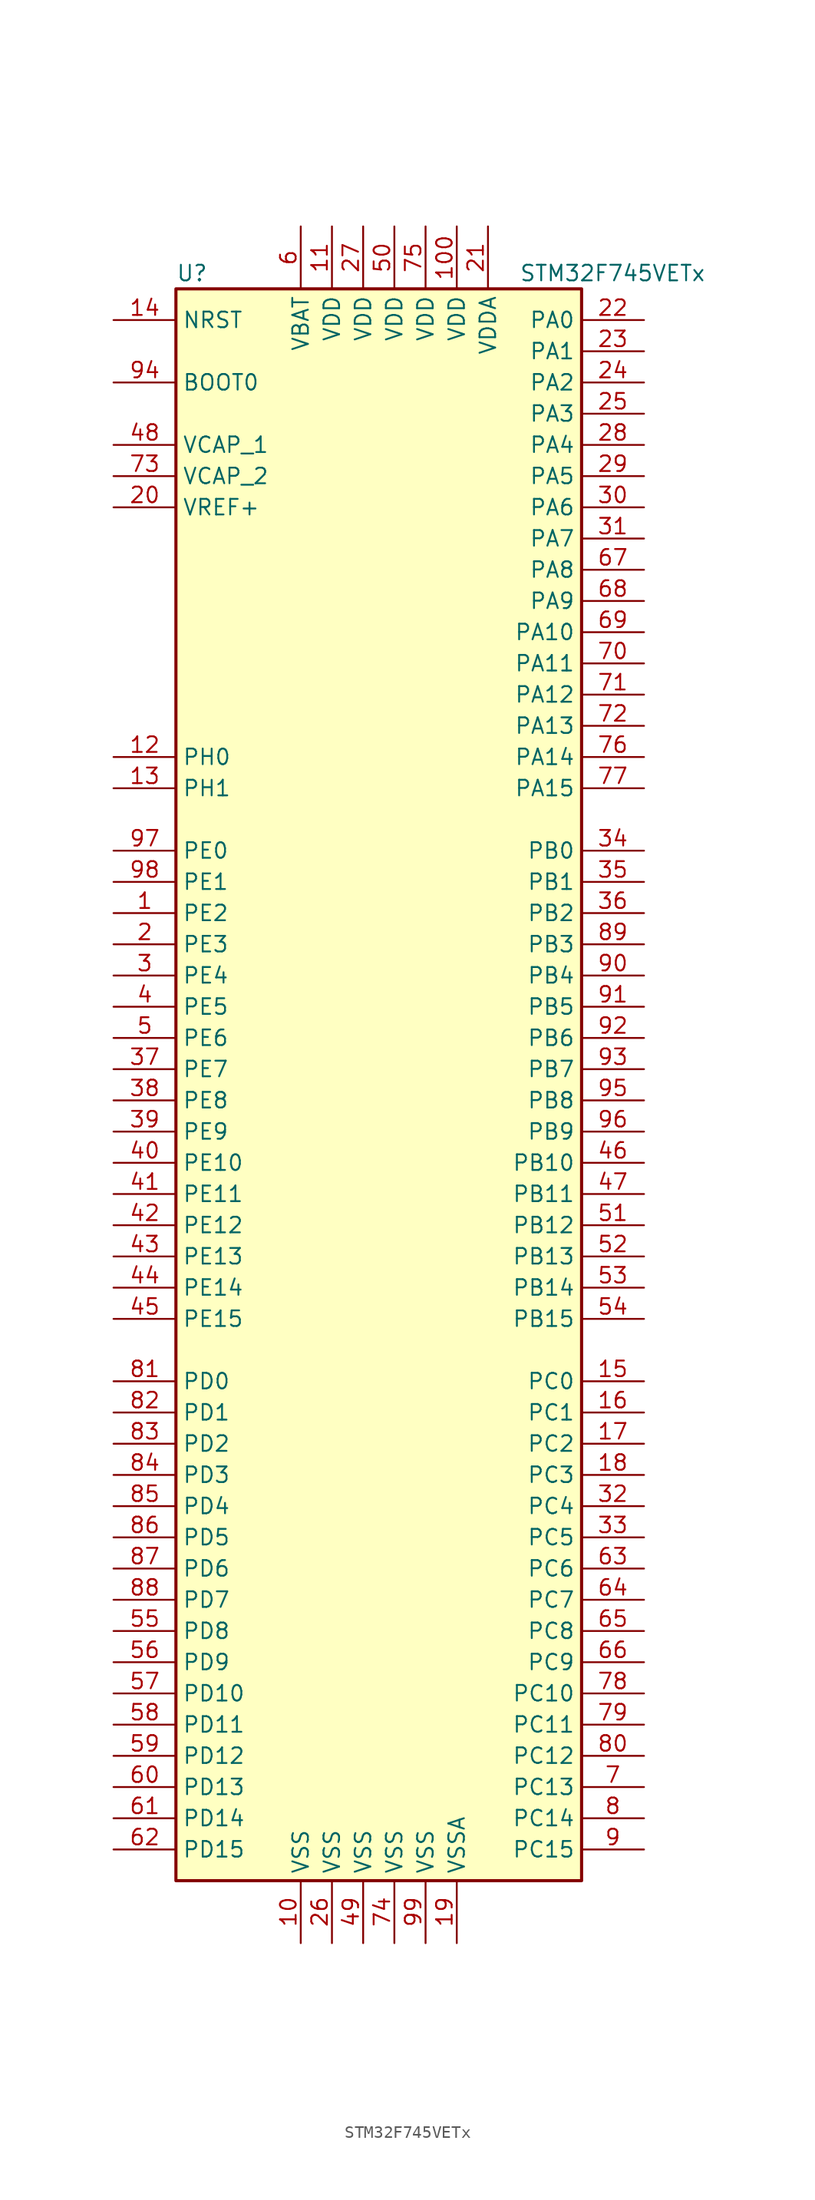
<source format=kicad_sym>
(kicad_symbol_lib
  (version 20201005)
  (generator kicad_symbol_editor)
  (symbol "MCU_ST_STM32F7:STM32F745VETx"
    (property "Reference" "U"
      (at -17.78 64.77 0)
      (effects (font (size 1.27 1.27)) (justify left)))
    (property "Value" "STM32F745VETx"
      (at 10.16 64.77 0)
      (effects (font (size 1.27 1.27)) (justify left)))
    (symbol "STM32F745VETx_0_1"
      (rectangle (start -17.78 -66.04) (end 15.24 63.5) (stroke (width 0.254)) (fill (type background))))
    (symbol "STM32F745VETx_1_1"
      (pin input line (at -22.86 55.88 0) (length 5.08) (name "BOOT0" (effects (font (size 1.27 1.27)))) (number "94" (effects (font (size 1.27 1.27)))))
      (pin input line (at -22.86 60.96 0) (length 5.08) (name "NRST" (effects (font (size 1.27 1.27)))) (number "14" (effects (font (size 1.27 1.27)))))
      (pin bidirectional line (at 20.32 60.96 180) (length 5.08) (name "PA0" (effects (font (size 1.27 1.27)))) (number "22" (effects (font (size 1.27 1.27)))))
      (pin bidirectional line (at 20.32 58.42 180) (length 5.08) (name "PA1" (effects (font (size 1.27 1.27)))) (number "23" (effects (font (size 1.27 1.27)))))
      (pin bidirectional line (at 20.32 35.56 180) (length 5.08) (name "PA10" (effects (font (size 1.27 1.27)))) (number "69" (effects (font (size 1.27 1.27)))))
      (pin bidirectional line (at 20.32 33.02 180) (length 5.08) (name "PA11" (effects (font (size 1.27 1.27)))) (number "70" (effects (font (size 1.27 1.27)))))
      (pin bidirectional line (at 20.32 30.48 180) (length 5.08) (name "PA12" (effects (font (size 1.27 1.27)))) (number "71" (effects (font (size 1.27 1.27)))))
      (pin bidirectional line (at 20.32 27.94 180) (length 5.08) (name "PA13" (effects (font (size 1.27 1.27)))) (number "72" (effects (font (size 1.27 1.27)))))
      (pin bidirectional line (at 20.32 25.4 180) (length 5.08) (name "PA14" (effects (font (size 1.27 1.27)))) (number "76" (effects (font (size 1.27 1.27)))))
      (pin bidirectional line (at 20.32 22.86 180) (length 5.08) (name "PA15" (effects (font (size 1.27 1.27)))) (number "77" (effects (font (size 1.27 1.27)))))
      (pin bidirectional line (at 20.32 55.88 180) (length 5.08) (name "PA2" (effects (font (size 1.27 1.27)))) (number "24" (effects (font (size 1.27 1.27)))))
      (pin bidirectional line (at 20.32 53.34 180) (length 5.08) (name "PA3" (effects (font (size 1.27 1.27)))) (number "25" (effects (font (size 1.27 1.27)))))
      (pin bidirectional line (at 20.32 50.8 180) (length 5.08) (name "PA4" (effects (font (size 1.27 1.27)))) (number "28" (effects (font (size 1.27 1.27)))))
      (pin bidirectional line (at 20.32 48.26 180) (length 5.08) (name "PA5" (effects (font (size 1.27 1.27)))) (number "29" (effects (font (size 1.27 1.27)))))
      (pin bidirectional line (at 20.32 45.72 180) (length 5.08) (name "PA6" (effects (font (size 1.27 1.27)))) (number "30" (effects (font (size 1.27 1.27)))))
      (pin bidirectional line (at 20.32 43.18 180) (length 5.08) (name "PA7" (effects (font (size 1.27 1.27)))) (number "31" (effects (font (size 1.27 1.27)))))
      (pin bidirectional line (at 20.32 40.64 180) (length 5.08) (name "PA8" (effects (font (size 1.27 1.27)))) (number "67" (effects (font (size 1.27 1.27)))))
      (pin bidirectional line (at 20.32 38.1 180) (length 5.08) (name "PA9" (effects (font (size 1.27 1.27)))) (number "68" (effects (font (size 1.27 1.27)))))
      (pin bidirectional line (at 20.32 17.78 180) (length 5.08) (name "PB0" (effects (font (size 1.27 1.27)))) (number "34" (effects (font (size 1.27 1.27)))))
      (pin bidirectional line (at 20.32 15.24 180) (length 5.08) (name "PB1" (effects (font (size 1.27 1.27)))) (number "35" (effects (font (size 1.27 1.27)))))
      (pin bidirectional line (at 20.32 -7.62 180) (length 5.08) (name "PB10" (effects (font (size 1.27 1.27)))) (number "46" (effects (font (size 1.27 1.27)))))
      (pin bidirectional line (at 20.32 -10.16 180) (length 5.08) (name "PB11" (effects (font (size 1.27 1.27)))) (number "47" (effects (font (size 1.27 1.27)))))
      (pin bidirectional line (at 20.32 -12.7 180) (length 5.08) (name "PB12" (effects (font (size 1.27 1.27)))) (number "51" (effects (font (size 1.27 1.27)))))
      (pin bidirectional line (at 20.32 -15.24 180) (length 5.08) (name "PB13" (effects (font (size 1.27 1.27)))) (number "52" (effects (font (size 1.27 1.27)))))
      (pin bidirectional line (at 20.32 -17.78 180) (length 5.08) (name "PB14" (effects (font (size 1.27 1.27)))) (number "53" (effects (font (size 1.27 1.27)))))
      (pin bidirectional line (at 20.32 -20.32 180) (length 5.08) (name "PB15" (effects (font (size 1.27 1.27)))) (number "54" (effects (font (size 1.27 1.27)))))
      (pin bidirectional line (at 20.32 12.7 180) (length 5.08) (name "PB2" (effects (font (size 1.27 1.27)))) (number "36" (effects (font (size 1.27 1.27)))))
      (pin bidirectional line (at 20.32 10.16 180) (length 5.08) (name "PB3" (effects (font (size 1.27 1.27)))) (number "89" (effects (font (size 1.27 1.27)))))
      (pin bidirectional line (at 20.32 7.62 180) (length 5.08) (name "PB4" (effects (font (size 1.27 1.27)))) (number "90" (effects (font (size 1.27 1.27)))))
      (pin bidirectional line (at 20.32 5.08 180) (length 5.08) (name "PB5" (effects (font (size 1.27 1.27)))) (number "91" (effects (font (size 1.27 1.27)))))
      (pin bidirectional line (at 20.32 2.54 180) (length 5.08) (name "PB6" (effects (font (size 1.27 1.27)))) (number "92" (effects (font (size 1.27 1.27)))))
      (pin bidirectional line (at 20.32 0 180) (length 5.08) (name "PB7" (effects (font (size 1.27 1.27)))) (number "93" (effects (font (size 1.27 1.27)))))
      (pin bidirectional line (at 20.32 -2.54 180) (length 5.08) (name "PB8" (effects (font (size 1.27 1.27)))) (number "95" (effects (font (size 1.27 1.27)))))
      (pin bidirectional line (at 20.32 -5.08 180) (length 5.08) (name "PB9" (effects (font (size 1.27 1.27)))) (number "96" (effects (font (size 1.27 1.27)))))
      (pin bidirectional line (at 20.32 -25.4 180) (length 5.08) (name "PC0" (effects (font (size 1.27 1.27)))) (number "15" (effects (font (size 1.27 1.27)))))
      (pin bidirectional line (at 20.32 -27.94 180) (length 5.08) (name "PC1" (effects (font (size 1.27 1.27)))) (number "16" (effects (font (size 1.27 1.27)))))
      (pin bidirectional line (at 20.32 -50.8 180) (length 5.08) (name "PC10" (effects (font (size 1.27 1.27)))) (number "78" (effects (font (size 1.27 1.27)))))
      (pin bidirectional line (at 20.32 -53.34 180) (length 5.08) (name "PC11" (effects (font (size 1.27 1.27)))) (number "79" (effects (font (size 1.27 1.27)))))
      (pin bidirectional line (at 20.32 -55.88 180) (length 5.08) (name "PC12" (effects (font (size 1.27 1.27)))) (number "80" (effects (font (size 1.27 1.27)))))
      (pin bidirectional line (at 20.32 -58.42 180) (length 5.08) (name "PC13" (effects (font (size 1.27 1.27)))) (number "7" (effects (font (size 1.27 1.27)))))
      (pin bidirectional line (at 20.32 -60.96 180) (length 5.08) (name "PC14" (effects (font (size 1.27 1.27)))) (number "8" (effects (font (size 1.27 1.27)))))
      (pin bidirectional line (at 20.32 -63.5 180) (length 5.08) (name "PC15" (effects (font (size 1.27 1.27)))) (number "9" (effects (font (size 1.27 1.27)))))
      (pin bidirectional line (at 20.32 -30.48 180) (length 5.08) (name "PC2" (effects (font (size 1.27 1.27)))) (number "17" (effects (font (size 1.27 1.27)))))
      (pin bidirectional line (at 20.32 -33.02 180) (length 5.08) (name "PC3" (effects (font (size 1.27 1.27)))) (number "18" (effects (font (size 1.27 1.27)))))
      (pin bidirectional line (at 20.32 -35.56 180) (length 5.08) (name "PC4" (effects (font (size 1.27 1.27)))) (number "32" (effects (font (size 1.27 1.27)))))
      (pin bidirectional line (at 20.32 -38.1 180) (length 5.08) (name "PC5" (effects (font (size 1.27 1.27)))) (number "33" (effects (font (size 1.27 1.27)))))
      (pin bidirectional line (at 20.32 -40.64 180) (length 5.08) (name "PC6" (effects (font (size 1.27 1.27)))) (number "63" (effects (font (size 1.27 1.27)))))
      (pin bidirectional line (at 20.32 -43.18 180) (length 5.08) (name "PC7" (effects (font (size 1.27 1.27)))) (number "64" (effects (font (size 1.27 1.27)))))
      (pin bidirectional line (at 20.32 -45.72 180) (length 5.08) (name "PC8" (effects (font (size 1.27 1.27)))) (number "65" (effects (font (size 1.27 1.27)))))
      (pin bidirectional line (at 20.32 -48.26 180) (length 5.08) (name "PC9" (effects (font (size 1.27 1.27)))) (number "66" (effects (font (size 1.27 1.27)))))
      (pin bidirectional line (at -22.86 -25.4 0) (length 5.08) (name "PD0" (effects (font (size 1.27 1.27)))) (number "81" (effects (font (size 1.27 1.27)))))
      (pin bidirectional line (at -22.86 -27.94 0) (length 5.08) (name "PD1" (effects (font (size 1.27 1.27)))) (number "82" (effects (font (size 1.27 1.27)))))
      (pin bidirectional line (at -22.86 -50.8 0) (length 5.08) (name "PD10" (effects (font (size 1.27 1.27)))) (number "57" (effects (font (size 1.27 1.27)))))
      (pin bidirectional line (at -22.86 -53.34 0) (length 5.08) (name "PD11" (effects (font (size 1.27 1.27)))) (number "58" (effects (font (size 1.27 1.27)))))
      (pin bidirectional line (at -22.86 -55.88 0) (length 5.08) (name "PD12" (effects (font (size 1.27 1.27)))) (number "59" (effects (font (size 1.27 1.27)))))
      (pin bidirectional line (at -22.86 -58.42 0) (length 5.08) (name "PD13" (effects (font (size 1.27 1.27)))) (number "60" (effects (font (size 1.27 1.27)))))
      (pin bidirectional line (at -22.86 -60.96 0) (length 5.08) (name "PD14" (effects (font (size 1.27 1.27)))) (number "61" (effects (font (size 1.27 1.27)))))
      (pin bidirectional line (at -22.86 -63.5 0) (length 5.08) (name "PD15" (effects (font (size 1.27 1.27)))) (number "62" (effects (font (size 1.27 1.27)))))
      (pin bidirectional line (at -22.86 -30.48 0) (length 5.08) (name "PD2" (effects (font (size 1.27 1.27)))) (number "83" (effects (font (size 1.27 1.27)))))
      (pin bidirectional line (at -22.86 -33.02 0) (length 5.08) (name "PD3" (effects (font (size 1.27 1.27)))) (number "84" (effects (font (size 1.27 1.27)))))
      (pin bidirectional line (at -22.86 -35.56 0) (length 5.08) (name "PD4" (effects (font (size 1.27 1.27)))) (number "85" (effects (font (size 1.27 1.27)))))
      (pin bidirectional line (at -22.86 -38.1 0) (length 5.08) (name "PD5" (effects (font (size 1.27 1.27)))) (number "86" (effects (font (size 1.27 1.27)))))
      (pin bidirectional line (at -22.86 -40.64 0) (length 5.08) (name "PD6" (effects (font (size 1.27 1.27)))) (number "87" (effects (font (size 1.27 1.27)))))
      (pin bidirectional line (at -22.86 -43.18 0) (length 5.08) (name "PD7" (effects (font (size 1.27 1.27)))) (number "88" (effects (font (size 1.27 1.27)))))
      (pin bidirectional line (at -22.86 -45.72 0) (length 5.08) (name "PD8" (effects (font (size 1.27 1.27)))) (number "55" (effects (font (size 1.27 1.27)))))
      (pin bidirectional line (at -22.86 -48.26 0) (length 5.08) (name "PD9" (effects (font (size 1.27 1.27)))) (number "56" (effects (font (size 1.27 1.27)))))
      (pin bidirectional line (at -22.86 17.78 0) (length 5.08) (name "PE0" (effects (font (size 1.27 1.27)))) (number "97" (effects (font (size 1.27 1.27)))))
      (pin bidirectional line (at -22.86 15.24 0) (length 5.08) (name "PE1" (effects (font (size 1.27 1.27)))) (number "98" (effects (font (size 1.27 1.27)))))
      (pin bidirectional line (at -22.86 -7.62 0) (length 5.08) (name "PE10" (effects (font (size 1.27 1.27)))) (number "40" (effects (font (size 1.27 1.27)))))
      (pin bidirectional line (at -22.86 -10.16 0) (length 5.08) (name "PE11" (effects (font (size 1.27 1.27)))) (number "41" (effects (font (size 1.27 1.27)))))
      (pin bidirectional line (at -22.86 -12.7 0) (length 5.08) (name "PE12" (effects (font (size 1.27 1.27)))) (number "42" (effects (font (size 1.27 1.27)))))
      (pin bidirectional line (at -22.86 -15.24 0) (length 5.08) (name "PE13" (effects (font (size 1.27 1.27)))) (number "43" (effects (font (size 1.27 1.27)))))
      (pin bidirectional line (at -22.86 -17.78 0) (length 5.08) (name "PE14" (effects (font (size 1.27 1.27)))) (number "44" (effects (font (size 1.27 1.27)))))
      (pin bidirectional line (at -22.86 -20.32 0) (length 5.08) (name "PE15" (effects (font (size 1.27 1.27)))) (number "45" (effects (font (size 1.27 1.27)))))
      (pin bidirectional line (at -22.86 12.7 0) (length 5.08) (name "PE2" (effects (font (size 1.27 1.27)))) (number "1" (effects (font (size 1.27 1.27)))))
      (pin bidirectional line (at -22.86 10.16 0) (length 5.08) (name "PE3" (effects (font (size 1.27 1.27)))) (number "2" (effects (font (size 1.27 1.27)))))
      (pin bidirectional line (at -22.86 7.62 0) (length 5.08) (name "PE4" (effects (font (size 1.27 1.27)))) (number "3" (effects (font (size 1.27 1.27)))))
      (pin bidirectional line (at -22.86 5.08 0) (length 5.08) (name "PE5" (effects (font (size 1.27 1.27)))) (number "4" (effects (font (size 1.27 1.27)))))
      (pin bidirectional line (at -22.86 2.54 0) (length 5.08) (name "PE6" (effects (font (size 1.27 1.27)))) (number "5" (effects (font (size 1.27 1.27)))))
      (pin bidirectional line (at -22.86 0 0) (length 5.08) (name "PE7" (effects (font (size 1.27 1.27)))) (number "37" (effects (font (size 1.27 1.27)))))
      (pin bidirectional line (at -22.86 -2.54 0) (length 5.08) (name "PE8" (effects (font (size 1.27 1.27)))) (number "38" (effects (font (size 1.27 1.27)))))
      (pin bidirectional line (at -22.86 -5.08 0) (length 5.08) (name "PE9" (effects (font (size 1.27 1.27)))) (number "39" (effects (font (size 1.27 1.27)))))
      (pin input line (at -22.86 25.4 0) (length 5.08) (name "PH0" (effects (font (size 1.27 1.27)))) (number "12" (effects (font (size 1.27 1.27)))))
      (pin input line (at -22.86 22.86 0) (length 5.08) (name "PH1" (effects (font (size 1.27 1.27)))) (number "13" (effects (font (size 1.27 1.27)))))
      (pin power_in line (at -7.62 68.58 270) (length 5.08) (name "VBAT" (effects (font (size 1.27 1.27)))) (number "6" (effects (font (size 1.27 1.27)))))
      (pin power_in line (at -22.86 50.8 0) (length 5.08) (name "VCAP_1" (effects (font (size 1.27 1.27)))) (number "48" (effects (font (size 1.27 1.27)))))
      (pin power_in line (at -22.86 48.26 0) (length 5.08) (name "VCAP_2" (effects (font (size 1.27 1.27)))) (number "73" (effects (font (size 1.27 1.27)))))
      (pin power_in line (at 5.08 68.58 270) (length 5.08) (name "VDD" (effects (font (size 1.27 1.27)))) (number "100" (effects (font (size 1.27 1.27)))))
      (pin power_in line (at -5.08 68.58 270) (length 5.08) (name "VDD" (effects (font (size 1.27 1.27)))) (number "11" (effects (font (size 1.27 1.27)))))
      (pin power_in line (at -2.54 68.58 270) (length 5.08) (name "VDD" (effects (font (size 1.27 1.27)))) (number "27" (effects (font (size 1.27 1.27)))))
      (pin power_in line (at 0 68.58 270) (length 5.08) (name "VDD" (effects (font (size 1.27 1.27)))) (number "50" (effects (font (size 1.27 1.27)))))
      (pin power_in line (at 2.54 68.58 270) (length 5.08) (name "VDD" (effects (font (size 1.27 1.27)))) (number "75" (effects (font (size 1.27 1.27)))))
      (pin power_in line (at 7.62 68.58 270) (length 5.08) (name "VDDA" (effects (font (size 1.27 1.27)))) (number "21" (effects (font (size 1.27 1.27)))))
      (pin power_in line (at -22.86 45.72 0) (length 5.08) (name "VREF+" (effects (font (size 1.27 1.27)))) (number "20" (effects (font (size 1.27 1.27)))))
      (pin power_in line (at -7.62 -71.12 90) (length 5.08) (name "VSS" (effects (font (size 1.27 1.27)))) (number "10" (effects (font (size 1.27 1.27)))))
      (pin power_in line (at -5.08 -71.12 90) (length 5.08) (name "VSS" (effects (font (size 1.27 1.27)))) (number "26" (effects (font (size 1.27 1.27)))))
      (pin power_in line (at -2.54 -71.12 90) (length 5.08) (name "VSS" (effects (font (size 1.27 1.27)))) (number "49" (effects (font (size 1.27 1.27)))))
      (pin power_in line (at 0 -71.12 90) (length 5.08) (name "VSS" (effects (font (size 1.27 1.27)))) (number "74" (effects (font (size 1.27 1.27)))))
      (pin power_in line (at 2.54 -71.12 90) (length 5.08) (name "VSS" (effects (font (size 1.27 1.27)))) (number "99" (effects (font (size 1.27 1.27)))))
      (pin power_in line (at 5.08 -71.12 90) (length 5.08) (name "VSSA" (effects (font (size 1.27 1.27)))) (number "19" (effects (font (size 1.27 1.27))))))))
</source>
